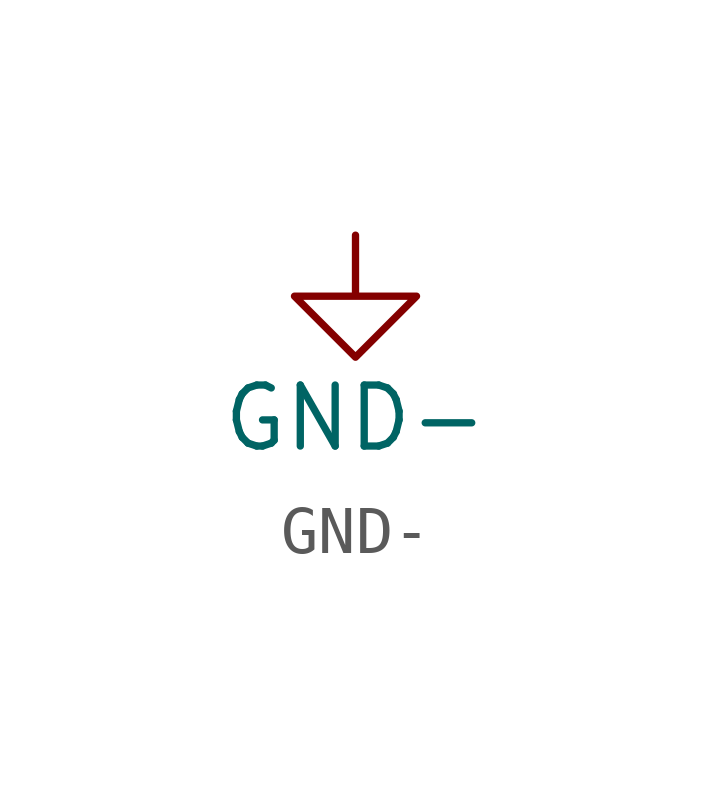
<source format=kicad_sym>
(kicad_symbol_lib
  (version 20220914)
  (generator kicad_symbol_editor)
  (symbol "GND-"
    (power)
    (pin_names
      (offset 0))
    (property "Reference" "#PWR"
      (at 0 -6.35 0)
      (effects (font (size 1.27 1.27)) hide))
    (property "Value" "GND-"
      (at 0 -3.81 0)
      (effects (font (size 1.27 1.27))))
    (symbol "GND-_0_1"
      (polyline (pts (xy 0 0) (xy 0 -1.27) (xy 1.27 -1.27) (xy 0 -2.54) (xy -1.27 -1.27) (xy 0 -1.27)) (stroke (width 0) (type solid)) (fill (type none))))
    (symbol "GND-_1_1"
      (pin power_in line (at 0 0 270) (length 0) hide (name "GND" (effects (font (size 1.27 1.27)))) (number "1" (effects (font (size 1.27 1.27))))))))
</source>
